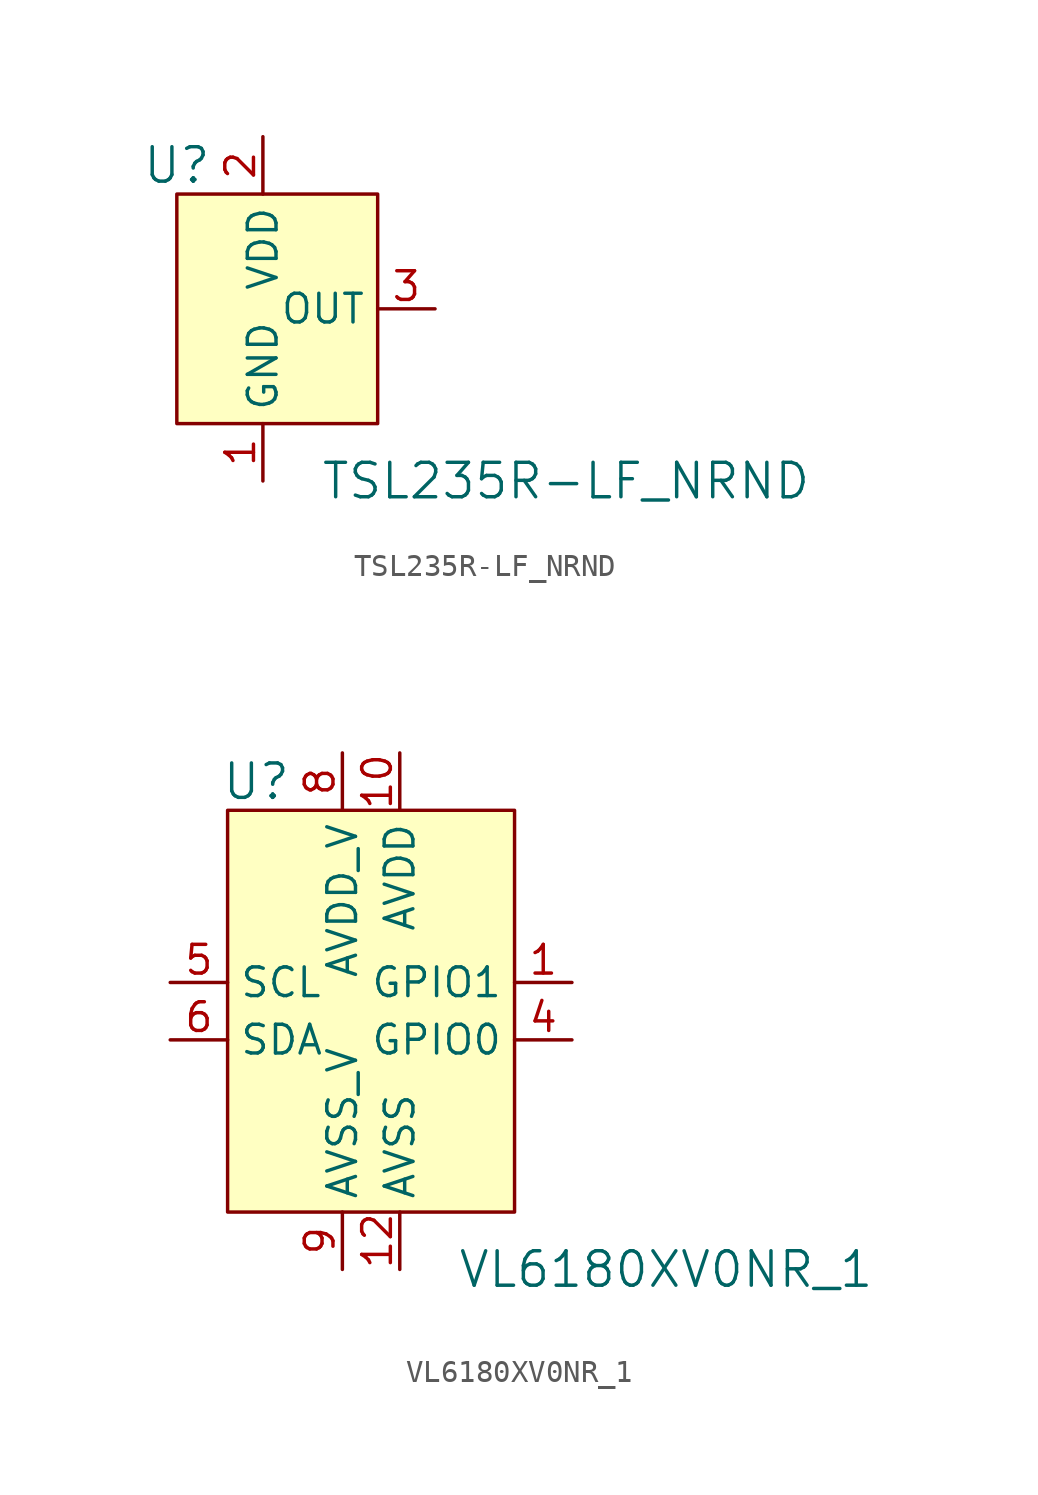
<source format=kicad_sym>
(kicad_symbol_lib
  (version 20201005)
  (generator kicad_symbol_editor)
  (symbol "TSL235R-LF_NRND"
    (property "Reference" "U"
      (at -3.81 6.35 0)
      (effects (font (size 1.524 1.524))))
    (property "Value" "TSL235R-LF_NRND"
      (at 2.54 -7.62 0)
      (effects (font (size 1.524 1.524)) (justify left)))
    (symbol "TSL235R-LF_NRND_1_1"
      (rectangle (start 5.08 5.08) (end -3.81 -5.08) (stroke (width 0)) (fill (type background)))
      (pin power_in line (at 0 -7.62 90) (length 2.54) (name "GND" (effects (font (size 1.27 1.27)))) (number "1" (effects (font (size 1.27 1.27)))))
      (pin power_in line (at 0 7.62 270) (length 2.54) (name "VDD" (effects (font (size 1.27 1.27)))) (number "2" (effects (font (size 1.27 1.27)))))
      (pin output line (at 7.62 0 180) (length 2.54) (name "OUT" (effects (font (size 1.27 1.27)))) (number "3" (effects (font (size 1.27 1.27)))))))
  (symbol "VL6180XV0NR_1"
    (property "Reference" "U"
      (at -6.35 11.43 0)
      (effects (font (size 1.524 1.524))))
    (property "Value" "VL6180XV0NR_1"
      (at 2.54 -10.16 0)
      (effects (font (size 1.524 1.524)) (justify left)))
    (symbol "VL6180XV0NR_1_0_1"
      (rectangle (start -7.62 10.16) (end 5.08 -7.62) (stroke (width 0)) (fill (type background))))
    (symbol "VL6180XV0NR_1_1_1"
      (pin bidirectional line (at 7.62 2.54 180) (length 2.54) (name "GPIO1" (effects (font (size 1.27 1.27)))) (number "1" (effects (font (size 1.27 1.27)))))
      (pin no_connect line (at -7.62 -2.54 0) (length 2.54) hide (name "NC" (effects (font (size 1.27 1.27)))) (number "2" (effects (font (size 1.27 1.27)))))
      (pin no_connect line (at -7.62 -5.08 0) (length 2.54) hide (name "NC" (effects (font (size 1.27 1.27)))) (number "3" (effects (font (size 1.27 1.27)))))
      (pin bidirectional line (at 7.62 0 180) (length 2.54) (name "GPIO0" (effects (font (size 1.27 1.27)))) (number "4" (effects (font (size 1.27 1.27)))))
      (pin input line (at -10.16 2.54 0) (length 2.54) (name "SCL" (effects (font (size 1.27 1.27)))) (number "5" (effects (font (size 1.27 1.27)))))
      (pin bidirectional line (at -10.16 0 0) (length 2.54) (name "SDA" (effects (font (size 1.27 1.27)))) (number "6" (effects (font (size 1.27 1.27)))))
      (pin no_connect line (at 5.08 -5.08 180) (length 2.54) hide (name "NC" (effects (font (size 1.27 1.27)))) (number "7" (effects (font (size 1.27 1.27)))))
      (pin power_in line (at -2.54 12.7 270) (length 2.54) (name "AVDD_V" (effects (font (size 1.27 1.27)))) (number "8" (effects (font (size 1.27 1.27)))))
      (pin power_in line (at -2.54 -10.16 90) (length 2.54) (name "AVSS_V" (effects (font (size 1.27 1.27)))) (number "9" (effects (font (size 1.27 1.27)))))
      (pin power_in line (at 0 12.7 270) (length 2.54) (name "AVDD" (effects (font (size 1.27 1.27)))) (number "10" (effects (font (size 1.27 1.27)))))
      (pin no_connect line (at 5.08 -2.54 180) (length 2.54) hide (name "NC" (effects (font (size 1.27 1.27)))) (number "11" (effects (font (size 1.27 1.27)))))
      (pin power_in line (at 0 -10.16 90) (length 2.54) (name "AVSS" (effects (font (size 1.27 1.27)))) (number "12" (effects (font (size 1.27 1.27))))))))
</source>
